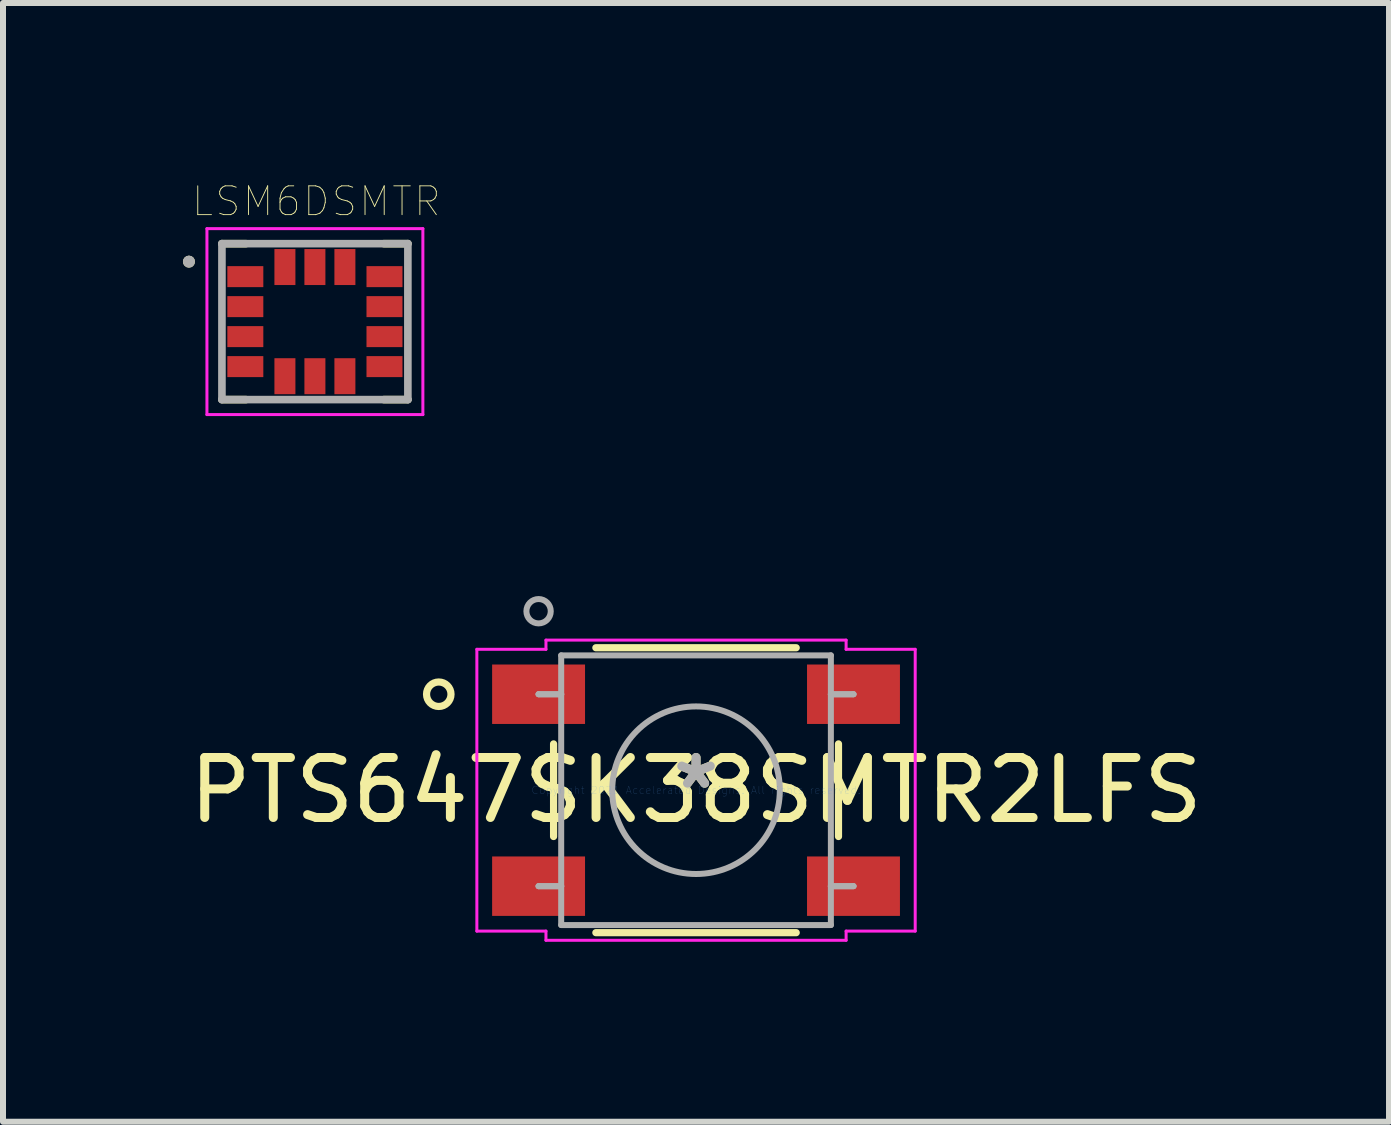
<source format=kicad_pcb>
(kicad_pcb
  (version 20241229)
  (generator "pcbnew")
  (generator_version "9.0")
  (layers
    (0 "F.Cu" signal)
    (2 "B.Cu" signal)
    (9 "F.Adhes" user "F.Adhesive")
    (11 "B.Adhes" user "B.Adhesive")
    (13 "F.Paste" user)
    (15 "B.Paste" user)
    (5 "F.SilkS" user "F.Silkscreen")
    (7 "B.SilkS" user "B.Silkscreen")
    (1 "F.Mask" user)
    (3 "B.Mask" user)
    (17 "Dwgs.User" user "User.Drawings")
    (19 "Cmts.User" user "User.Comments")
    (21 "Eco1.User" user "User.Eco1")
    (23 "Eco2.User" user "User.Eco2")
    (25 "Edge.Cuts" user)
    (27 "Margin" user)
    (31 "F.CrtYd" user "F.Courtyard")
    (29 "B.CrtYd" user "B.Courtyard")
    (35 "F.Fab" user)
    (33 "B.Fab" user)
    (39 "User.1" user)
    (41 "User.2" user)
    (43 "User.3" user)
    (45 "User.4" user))
  (footprint "LSM6DSMTR"
    (layer "F.Cu")
    (at 2.2 2.312)
    (property "Reference" "LSM6DSMTR" (at 0.024 -2.005 0) (layer "F.SilkS") (effects (font (size 0.48 0.48) (thickness 0.015))))
    (attr through_hole)
    (fp_line (start -1.55 1.3) (end -1.15 1.3) (stroke (width 0.127) (type solid)) (layer "F.SilkS"))
    (fp_line (start -1.15 -1.3) (end -1.55 -1.3) (stroke (width 0.127) (type solid)) (layer "F.SilkS"))
    (fp_line (start 1.55 -1.3) (end 1.15 -1.3) (stroke (width 0.127) (type solid)) (layer "F.SilkS"))
    (fp_line (start 1.55 1.3) (end 1.15 1.3) (stroke (width 0.127) (type solid)) (layer "F.SilkS"))
    (fp_circle (center -2.1 -1) (end -2.05 -1) (stroke (width 0.1) (type solid)) (fill no) (layer "F.SilkS"))
    (fp_line (start -1.8 -1.55) (end -1.8 1.55) (stroke (width 0.05) (type solid)) (layer "F.CrtYd"))
    (fp_line (start -1.8 1.55) (end 1.8 1.55) (stroke (width 0.05) (type solid)) (layer "F.CrtYd"))
    (fp_line (start 1.8 -1.55) (end -1.8 -1.55) (stroke (width 0.05) (type solid)) (layer "F.CrtYd"))
    (fp_line (start 1.8 1.55) (end 1.8 -1.55) (stroke (width 0.05) (type solid)) (layer "F.CrtYd"))
    (fp_line (start -1.55 -1.3) (end 1.55 -1.3) (stroke (width 0.127) (type solid)) (layer "F.Fab"))
    (fp_line (start -1.55 1.3) (end -1.55 -1.3) (stroke (width 0.127) (type solid)) (layer "F.Fab"))
    (fp_line (start 1.55 -1.3) (end 1.55 1.3) (stroke (width 0.127) (type solid)) (layer "F.Fab"))
    (fp_line (start 1.55 1.3) (end -1.55 1.3) (stroke (width 0.127) (type solid)) (layer "F.Fab"))
    (fp_circle (center -2.1 -1) (end -2.05 -1) (stroke (width 0.1) (type solid)) (fill no) (layer "F.Fab"))
    (pad "1" smd rect (at -1.16 -0.75) (size 0.6 0.35) (layers "F.Cu" "F.Mask" "F.Paste"))
    (pad "2" smd rect (at -1.16 -0.25) (size 0.6 0.35) (layers "F.Cu" "F.Mask" "F.Paste"))
    (pad "3" smd rect (at -1.16 0.25) (size 0.6 0.35) (layers "F.Cu" "F.Mask" "F.Paste"))
    (pad "4" smd rect (at -1.16 0.75) (size 0.6 0.35) (layers "F.Cu" "F.Mask" "F.Paste"))
    (pad "5" smd rect (at -0.5 0.91) (size 0.35 0.6) (layers "F.Cu" "F.Mask" "F.Paste"))
    (pad "6" smd rect (at 0 0.91) (size 0.35 0.6) (layers "F.Cu" "F.Mask" "F.Paste"))
    (pad "7" smd rect (at 0.5 0.91) (size 0.35 0.6) (layers "F.Cu" "F.Mask" "F.Paste"))
    (pad "8" smd rect (at 1.16 0.75) (size 0.6 0.35) (layers "F.Cu" "F.Mask" "F.Paste"))
    (pad "9" smd rect (at 1.16 0.25) (size 0.6 0.35) (layers "F.Cu" "F.Mask" "F.Paste"))
    (pad "10" smd rect (at 1.16 -0.25) (size 0.6 0.35) (layers "F.Cu" "F.Mask" "F.Paste"))
    (pad "11" smd rect (at 1.16 -0.75) (size 0.6 0.35) (layers "F.Cu" "F.Mask" "F.Paste"))
    (pad "12" smd rect (at 0.5 -0.91) (size 0.35 0.6) (layers "F.Cu" "F.Mask" "F.Paste"))
    (pad "13" smd rect (at 0 -0.91) (size 0.35 0.6) (layers "F.Cu" "F.Mask" "F.Paste"))
    (pad "14" smd rect (at -0.5 -0.91) (size 0.35 0.6) (layers "F.Cu" "F.Mask" "F.Paste")))
  (footprint "PTS647SK38SMTR2LFS"
    (layer "F.Cu")
    (at 8.554 10.124)
    (property "Reference" "PTS647SK38SMTR2LFS" (at 0 0 0) (layer "F.SilkS") (effects (font (size 1 1) (thickness 0.15))))
    (attr through_hole)
    (fp_line (start -2.375 -0.772) (end -2.375 0.772) (stroke (width 0.12) (type solid)) (layer "F.SilkS"))
    (fp_line (start -1.67 2.375) (end 1.67 2.375) (stroke (width 0.12) (type solid)) (layer "F.SilkS"))
    (fp_line (start 1.67 -2.375) (end -1.67 -2.375) (stroke (width 0.12) (type solid)) (layer "F.SilkS"))
    (fp_line (start 2.375 0.772) (end 2.375 -0.772) (stroke (width 0.12) (type solid)) (layer "F.SilkS"))
    (fp_circle (center -4.289 -1.6) (end -4.085 -1.6) (stroke (width 0.12) (type solid)) (fill no) (layer "F.SilkS"))
    (fp_line (start -3.654 -2.349) (end -2.502 -2.349) (stroke (width 0.05) (type solid)) (layer "F.CrtYd"))
    (fp_line (start -3.654 2.349) (end -3.654 -2.349) (stroke (width 0.05) (type solid)) (layer "F.CrtYd"))
    (fp_line (start -2.502 -2.502) (end 2.502 -2.502) (stroke (width 0.05) (type solid)) (layer "F.CrtYd"))
    (fp_line (start -2.502 -2.349) (end -2.502 -2.502) (stroke (width 0.05) (type solid)) (layer "F.CrtYd"))
    (fp_line (start -2.502 2.349) (end -3.654 2.349) (stroke (width 0.05) (type solid)) (layer "F.CrtYd"))
    (fp_line (start -2.502 2.502) (end -2.502 2.349) (stroke (width 0.05) (type solid)) (layer "F.CrtYd"))
    (fp_line (start 2.502 -2.502) (end 2.502 -2.349) (stroke (width 0.05) (type solid)) (layer "F.CrtYd"))
    (fp_line (start 2.502 -2.349) (end 3.654 -2.349) (stroke (width 0.05) (type solid)) (layer "F.CrtYd"))
    (fp_line (start 2.502 2.349) (end 2.502 2.502) (stroke (width 0.05) (type solid)) (layer "F.CrtYd"))
    (fp_line (start 2.502 2.502) (end -2.502 2.502) (stroke (width 0.05) (type solid)) (layer "F.CrtYd"))
    (fp_line (start 3.654 -2.349) (end 3.654 2.349) (stroke (width 0.05) (type solid)) (layer "F.CrtYd"))
    (fp_line (start 3.654 2.349) (end 2.502 2.349) (stroke (width 0.05) (type solid)) (layer "F.CrtYd"))
    (fp_line (start -2.625 -1.6) (end -2.625 -1.6) (stroke (width 0.1) (type solid)) (layer "F.Fab"))
    (fp_line (start -2.625 -1.6) (end -2.248 -1.6) (stroke (width 0.1) (type solid)) (layer "F.Fab"))
    (fp_line (start -2.625 1.6) (end -2.625 1.6) (stroke (width 0.1) (type solid)) (layer "F.Fab"))
    (fp_line (start -2.625 1.6) (end -2.248 1.6) (stroke (width 0.1) (type solid)) (layer "F.Fab"))
    (fp_line (start -2.248 -2.248) (end -2.248 2.248) (stroke (width 0.1) (type solid)) (layer "F.Fab"))
    (fp_line (start -2.248 -1.6) (end -2.625 -1.6) (stroke (width 0.1) (type solid)) (layer "F.Fab"))
    (fp_line (start -2.248 -1.6) (end -2.248 -1.6) (stroke (width 0.1) (type solid)) (layer "F.Fab"))
    (fp_line (start -2.248 1.6) (end -2.625 1.6) (stroke (width 0.1) (type solid)) (layer "F.Fab"))
    (fp_line (start -2.248 1.6) (end -2.248 1.6) (stroke (width 0.1) (type solid)) (layer "F.Fab"))
    (fp_line (start -2.248 2.248) (end 2.248 2.248) (stroke (width 0.1) (type solid)) (layer "F.Fab"))
    (fp_line (start 2.248 -2.248) (end -2.248 -2.248) (stroke (width 0.1) (type solid)) (layer "F.Fab"))
    (fp_line (start 2.248 -1.6) (end 2.248 -1.6) (stroke (width 0.1) (type solid)) (layer "F.Fab"))
    (fp_line (start 2.248 -1.6) (end 2.625 -1.6) (stroke (width 0.1) (type solid)) (layer "F.Fab"))
    (fp_line (start 2.248 1.6) (end 2.248 1.6) (stroke (width 0.1) (type solid)) (layer "F.Fab"))
    (fp_line (start 2.248 1.6) (end 2.625 1.6) (stroke (width 0.1) (type solid)) (layer "F.Fab"))
    (fp_line (start 2.248 2.248) (end 2.248 -2.248) (stroke (width 0.1) (type solid)) (layer "F.Fab"))
    (fp_line (start 2.625 -1.6) (end 2.248 -1.6) (stroke (width 0.1) (type solid)) (layer "F.Fab"))
    (fp_line (start 2.625 -1.6) (end 2.625 -1.6) (stroke (width 0.1) (type solid)) (layer "F.Fab"))
    (fp_line (start 2.625 1.6) (end 2.248 1.6) (stroke (width 0.1) (type solid)) (layer "F.Fab"))
    (fp_line (start 2.625 1.6) (end 2.625 1.6) (stroke (width 0.1) (type solid)) (layer "F.Fab"))
    (fp_circle (center -2.625 -2.984) (end -2.422 -2.984) (stroke (width 0.1) (type solid)) (fill no) (layer "F.Fab"))
    (fp_circle (center 0 0) (end 1.397 0) (stroke (width 0.1) (type solid)) (fill no) (layer "F.Fab"))
    (fp_text user "*" (at 0 0 0) (layer "F.SilkS") (effects (font (size 1 1) (thickness 0.15))))
    (fp_text user "Copyright 2021 Accelerated Designs. All rights reserved." (at 0 0 0) (layer "Cmts.User") (effects (font (size 0.127 0.127) (thickness 0.002))))
    (fp_text user "*" (at 0 0 0) (layer "F.Fab") (effects (font (size 1 1) (thickness 0.15))))
    (pad "1" smd rect (at -2.625 -1.6) (size 1.549 0.991) (layers "F.Cu" "F.Mask" "F.Paste"))
    (pad "2" smd rect (at 2.625 -1.6) (size 1.549 0.991) (layers "F.Cu" "F.Mask" "F.Paste"))
    (pad "3" smd rect (at -2.625 1.6) (size 1.549 0.991) (layers "F.Cu" "F.Mask" "F.Paste"))
    (pad "4" smd rect (at 2.625 1.6) (size 1.549 0.991) (layers "F.Cu" "F.Mask" "F.Paste")))
  (gr_rect
    (start -3 -3)
    (end 20.107 15.651)
    (stroke (width 0.1) (type default))
    (fill no)
    (layer "Edge.Cuts")))
</source>
